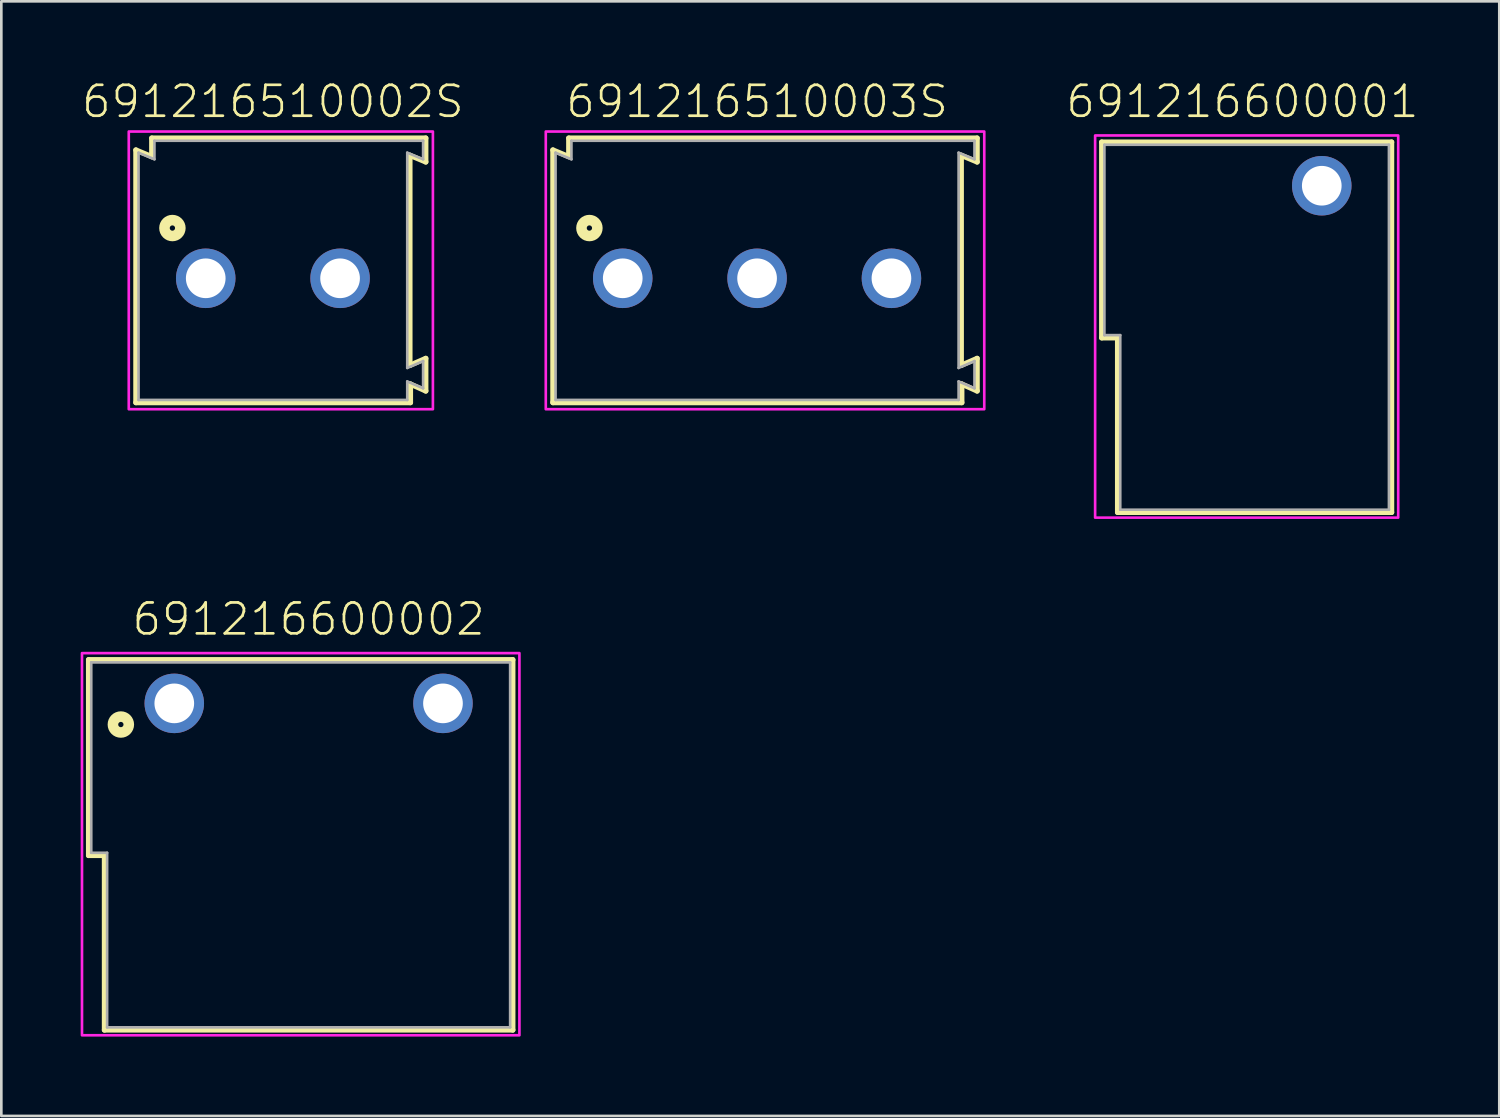
<source format=kicad_pcb>
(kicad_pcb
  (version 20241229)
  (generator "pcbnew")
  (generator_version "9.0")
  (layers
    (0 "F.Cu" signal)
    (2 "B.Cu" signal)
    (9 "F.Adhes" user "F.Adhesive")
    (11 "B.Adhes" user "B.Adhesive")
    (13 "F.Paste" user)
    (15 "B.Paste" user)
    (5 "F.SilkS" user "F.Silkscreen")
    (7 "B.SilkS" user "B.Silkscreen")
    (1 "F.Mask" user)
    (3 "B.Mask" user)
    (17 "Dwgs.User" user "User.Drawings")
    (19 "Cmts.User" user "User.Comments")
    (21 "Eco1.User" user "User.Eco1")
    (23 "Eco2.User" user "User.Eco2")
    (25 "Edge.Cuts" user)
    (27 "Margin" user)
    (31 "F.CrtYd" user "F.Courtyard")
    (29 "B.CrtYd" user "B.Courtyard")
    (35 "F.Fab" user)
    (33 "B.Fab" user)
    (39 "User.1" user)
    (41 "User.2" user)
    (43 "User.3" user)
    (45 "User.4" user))
  (footprint "691216600002"
    (layer "F.Cu")
    (at 8.62 23.546)
    (property "Reference" "691216600002" (at 0 -2.5 0) (unlocked yes) (layer "F.SilkS") (effects (font (size 1.168 1.168) (thickness 0.102)) (justify bottom)))
    (fp_line (start -8.32 -1.65) (end 7.72 -1.65) (stroke (width 0.2) (type solid)) (layer "F.SilkS"))
    (fp_line (start -8.32 5.75) (end -8.32 -1.65) (stroke (width 0.2) (type solid)) (layer "F.SilkS"))
    (fp_line (start -7.72 5.75) (end -8.32 5.75) (stroke (width 0.2) (type solid)) (layer "F.SilkS"))
    (fp_line (start -7.72 12.35) (end -7.72 5.75) (stroke (width 0.2) (type solid)) (layer "F.SilkS"))
    (fp_line (start 7.72 -1.65) (end 7.72 12.35) (stroke (width 0.2) (type solid)) (layer "F.SilkS"))
    (fp_line (start 7.72 12.35) (end -7.72 12.35) (stroke (width 0.2) (type solid)) (layer "F.SilkS"))
    (fp_circle (center -7.1 0.8) (end -7 0.8) (stroke (width 0.4) (type solid)) (fill no) (layer "F.SilkS"))
    (fp_poly (pts (xy 7.97 12.55) (xy -8.57 12.55) (xy -8.57 -1.9) (xy 7.97 -1.9)) (stroke (width 0.1) (type default)) (fill no) (layer "F.CrtYd"))
    (fp_line (start -8.22 5.65) (end -8.22 -1.55) (stroke (width 0.1) (type solid)) (layer "F.Fab"))
    (fp_line (start -8.22 5.65) (end -7.62 5.65) (stroke (width 0.1) (type solid)) (layer "F.Fab"))
    (fp_line (start -7.62 12.25) (end -7.62 5.65) (stroke (width 0.1) (type solid)) (layer "F.Fab"))
    (fp_line (start 7.62 -1.55) (end -8.22 -1.55) (stroke (width 0.1) (type solid)) (layer "F.Fab"))
    (fp_line (start 7.62 -1.55) (end 7.62 12.25) (stroke (width 0.1) (type solid)) (layer "F.Fab"))
    (fp_line (start 7.62 12.25) (end -7.62 12.25) (stroke (width 0.1) (type solid)) (layer "F.Fab"))
    (pad "1" thru_hole circle (at -5.08 0 180) (size 2.25 2.25) (drill 1.5) (layers "*.Cu" "*.Mask"))
    (pad "2" thru_hole circle (at 5.08 0 180) (size 2.25 2.25) (drill 1.5) (layers "*.Cu" "*.Mask")))
  (footprint "691216510003S"
    (layer "F.Cu")
    (at 25.577 7.473)
    (property "Reference" "691216510003S" (at 0 -6 0) (unlocked yes) (layer "F.SilkS") (effects (font (size 1.168 1.168) (thickness 0.102)) (justify bottom)))
    (fp_line (start -7.72 -4.85) (end -7.12 -4.6) (stroke (width 0.2) (type solid)) (layer "F.SilkS"))
    (fp_line (start -7.72 4.7) (end -7.72 -4.85) (stroke (width 0.2) (type solid)) (layer "F.SilkS"))
    (fp_line (start -7.12 -5.3) (end 8.32 -5.3) (stroke (width 0.2) (type solid)) (layer "F.SilkS"))
    (fp_line (start -7.12 -4.6) (end -7.12 -5.3) (stroke (width 0.2) (type solid)) (layer "F.SilkS"))
    (fp_line (start 7.72 -4.65) (end 7.72 3.29) (stroke (width 0.2) (type solid)) (layer "F.SilkS"))
    (fp_line (start 7.72 3.29) (end 8.32 3.03) (stroke (width 0.2) (type solid)) (layer "F.SilkS"))
    (fp_line (start 7.74 4) (end 7.74 4.7) (stroke (width 0.2) (type solid)) (layer "F.SilkS"))
    (fp_line (start 7.74 4.7) (end -7.72 4.7) (stroke (width 0.2) (type solid)) (layer "F.SilkS"))
    (fp_line (start 8.32 -5.3) (end 8.32 -4.4) (stroke (width 0.2) (type solid)) (layer "F.SilkS"))
    (fp_line (start 8.32 -4.4) (end 7.72 -4.65) (stroke (width 0.2) (type solid)) (layer "F.SilkS"))
    (fp_line (start 8.32 3.03) (end 8.32 4.26) (stroke (width 0.2) (type solid)) (layer "F.SilkS"))
    (fp_line (start 8.32 4.26) (end 7.74 4) (stroke (width 0.2) (type solid)) (layer "F.SilkS"))
    (fp_circle (center -6.34 -1.9) (end -6.24 -1.9) (stroke (width 0.4) (type solid)) (fill no) (layer "F.SilkS"))
    (fp_poly (pts (xy 8.59 4.95) (xy -7.99 4.95) (xy -7.99 -5.55) (xy 8.59 -5.55)) (stroke (width 0.1) (type default)) (fill no) (layer "F.CrtYd"))
    (fp_line (start -7.62 -4.75) (end -7.62 4.6) (stroke (width 0.1) (type solid)) (layer "F.Fab"))
    (fp_line (start -7.62 -4.75) (end -7.02 -4.5) (stroke (width 0.1) (type solid)) (layer "F.Fab"))
    (fp_line (start -7.62 4.6) (end 7.62 4.6) (stroke (width 0.1) (type solid)) (layer "F.Fab"))
    (fp_line (start -7.02 -5.2) (end 8.22 -5.2) (stroke (width 0.1) (type solid)) (layer "F.Fab"))
    (fp_line (start -7.02 -4.5) (end -7.02 -5.2) (stroke (width 0.1) (type solid)) (layer "F.Fab"))
    (fp_line (start 7.62 -4.75) (end 7.62 3.39) (stroke (width 0.1) (type solid)) (layer "F.Fab"))
    (fp_line (start 7.62 -4.75) (end 8.22 -4.5) (stroke (width 0.1) (type solid)) (layer "F.Fab"))
    (fp_line (start 7.62 3.39) (end 8.22 3.13) (stroke (width 0.1) (type solid)) (layer "F.Fab"))
    (fp_line (start 7.62 3.9) (end 7.62 4.6) (stroke (width 0.1) (type solid)) (layer "F.Fab"))
    (fp_line (start 7.62 3.9) (end 8.22 4.16) (stroke (width 0.1) (type solid)) (layer "F.Fab"))
    (fp_line (start 8.22 -5.2) (end 8.22 -4.5) (stroke (width 0.1) (type solid)) (layer "F.Fab"))
    (fp_line (start 8.22 3.13) (end 8.22 4.16) (stroke (width 0.1) (type solid)) (layer "F.Fab"))
    (pad "1" thru_hole circle (at -5.08 0) (size 2.25 2.25) (drill 1.5) (layers "*.Cu" "*.Mask"))
    (pad "2" thru_hole circle (at 0 0) (size 2.25 2.25) (drill 1.5) (layers "*.Cu" "*.Mask"))
    (pad "3" thru_hole circle (at 5.08 0) (size 2.25 2.25) (drill 1.5) (layers "*.Cu" "*.Mask")))
  (footprint "691216600001"
    (layer "F.Cu")
    (at 46.929 3.973)
    (property "Reference" "691216600001" (at -3 -2.5 0) (unlocked yes) (layer "F.SilkS") (effects (font (size 1.168 1.168) (thickness 0.102)) (justify bottom)))
    (fp_line (start -8.32 -1.65) (end 2.64 -1.65) (stroke (width 0.2) (type solid)) (layer "F.SilkS"))
    (fp_line (start -8.32 5.75) (end -8.32 -1.65) (stroke (width 0.2) (type solid)) (layer "F.SilkS"))
    (fp_line (start -7.72 5.75) (end -8.32 5.75) (stroke (width 0.2) (type solid)) (layer "F.SilkS"))
    (fp_line (start -7.72 12.35) (end -7.72 5.75) (stroke (width 0.2) (type solid)) (layer "F.SilkS"))
    (fp_line (start 2.64 -1.65) (end 2.64 12.35) (stroke (width 0.2) (type solid)) (layer "F.SilkS"))
    (fp_line (start 2.64 12.35) (end -7.72 12.35) (stroke (width 0.2) (type solid)) (layer "F.SilkS"))
    (fp_poly (pts (xy 2.89 12.55) (xy -8.57 12.55) (xy -8.57 -1.9) (xy 2.89 -1.9)) (stroke (width 0.1) (type default)) (fill no) (layer "F.CrtYd"))
    (fp_line (start -8.22 5.65) (end -8.22 -1.55) (stroke (width 0.1) (type solid)) (layer "F.Fab"))
    (fp_line (start -8.22 5.65) (end -7.62 5.65) (stroke (width 0.1) (type solid)) (layer "F.Fab"))
    (fp_line (start -7.62 12.25) (end -7.62 5.65) (stroke (width 0.1) (type solid)) (layer "F.Fab"))
    (fp_line (start 2.54 -1.55) (end -8.22 -1.55) (stroke (width 0.1) (type solid)) (layer "F.Fab"))
    (fp_line (start 2.54 -1.55) (end 2.54 12.25) (stroke (width 0.1) (type solid)) (layer "F.Fab"))
    (fp_line (start 2.54 12.25) (end -7.62 12.25) (stroke (width 0.1) (type solid)) (layer "F.Fab"))
    (pad "1" thru_hole circle (at 0 0 180) (size 2.25 2.25) (drill 1.5) (layers "*.Cu" "*.Mask")))
  (footprint "691216510002S"
    (layer "F.Cu")
    (at 7.269 7.473)
    (property "Reference" "691216510002S" (at 0 -6 0) (unlocked yes) (layer "F.SilkS") (effects (font (size 1.168 1.168) (thickness 0.102)) (justify bottom)))
    (fp_line (start -5.18 -4.85) (end -4.58 -4.6) (stroke (width 0.2) (type solid)) (layer "F.SilkS"))
    (fp_line (start -5.18 4.7) (end -5.18 -4.85) (stroke (width 0.2) (type solid)) (layer "F.SilkS"))
    (fp_line (start -4.58 -5.3) (end 5.78 -5.3) (stroke (width 0.2) (type solid)) (layer "F.SilkS"))
    (fp_line (start -4.58 -4.6) (end -4.58 -5.3) (stroke (width 0.2) (type solid)) (layer "F.SilkS"))
    (fp_line (start 5.18 -4.65) (end 5.18 3.29) (stroke (width 0.2) (type solid)) (layer "F.SilkS"))
    (fp_line (start 5.18 3.29) (end 5.78 3.03) (stroke (width 0.2) (type solid)) (layer "F.SilkS"))
    (fp_line (start 5.2 4) (end 5.2 4.7) (stroke (width 0.2) (type solid)) (layer "F.SilkS"))
    (fp_line (start 5.2 4.7) (end -5.18 4.7) (stroke (width 0.2) (type solid)) (layer "F.SilkS"))
    (fp_line (start 5.78 -5.3) (end 5.78 -4.4) (stroke (width 0.2) (type solid)) (layer "F.SilkS"))
    (fp_line (start 5.78 -4.4) (end 5.18 -4.65) (stroke (width 0.2) (type solid)) (layer "F.SilkS"))
    (fp_line (start 5.78 3.03) (end 5.78 4.26) (stroke (width 0.2) (type solid)) (layer "F.SilkS"))
    (fp_line (start 5.78 4.26) (end 5.2 4) (stroke (width 0.2) (type solid)) (layer "F.SilkS"))
    (fp_circle (center -3.8 -1.9) (end -3.7 -1.9) (stroke (width 0.4) (type solid)) (fill no) (layer "F.SilkS"))
    (fp_poly (pts (xy 6.05 4.95) (xy -5.45 4.95) (xy -5.45 -5.55) (xy 6.05 -5.55)) (stroke (width 0.1) (type default)) (fill no) (layer "F.CrtYd"))
    (fp_line (start -5.08 -4.75) (end -5.08 4.6) (stroke (width 0.1) (type solid)) (layer "F.Fab"))
    (fp_line (start -5.08 -4.75) (end -4.48 -4.5) (stroke (width 0.1) (type solid)) (layer "F.Fab"))
    (fp_line (start -5.08 4.6) (end 5.08 4.6) (stroke (width 0.1) (type solid)) (layer "F.Fab"))
    (fp_line (start -4.48 -5.2) (end 5.68 -5.2) (stroke (width 0.1) (type solid)) (layer "F.Fab"))
    (fp_line (start -4.48 -4.5) (end -4.48 -5.2) (stroke (width 0.1) (type solid)) (layer "F.Fab"))
    (fp_line (start 5.08 -4.75) (end 5.08 3.39) (stroke (width 0.1) (type solid)) (layer "F.Fab"))
    (fp_line (start 5.08 -4.75) (end 5.68 -4.5) (stroke (width 0.1) (type solid)) (layer "F.Fab"))
    (fp_line (start 5.08 3.39) (end 5.68 3.13) (stroke (width 0.1) (type solid)) (layer "F.Fab"))
    (fp_line (start 5.08 3.9) (end 5.08 4.6) (stroke (width 0.1) (type solid)) (layer "F.Fab"))
    (fp_line (start 5.08 3.9) (end 5.68 4.16) (stroke (width 0.1) (type solid)) (layer "F.Fab"))
    (fp_line (start 5.68 -5.2) (end 5.68 -4.5) (stroke (width 0.1) (type solid)) (layer "F.Fab"))
    (fp_line (start 5.68 3.13) (end 5.68 4.16) (stroke (width 0.1) (type solid)) (layer "F.Fab"))
    (pad "1" thru_hole circle (at -2.54 0) (size 2.25 2.25) (drill 1.5) (layers "*.Cu" "*.Mask"))
    (pad "2" thru_hole circle (at 2.54 0) (size 2.25 2.25) (drill 1.5) (layers "*.Cu" "*.Mask")))
  (gr_rect
    (start -3 -3)
    (end 53.641 39.146)
    (stroke (width 0.1) (type default))
    (fill no)
    (layer "Edge.Cuts")))
</source>
